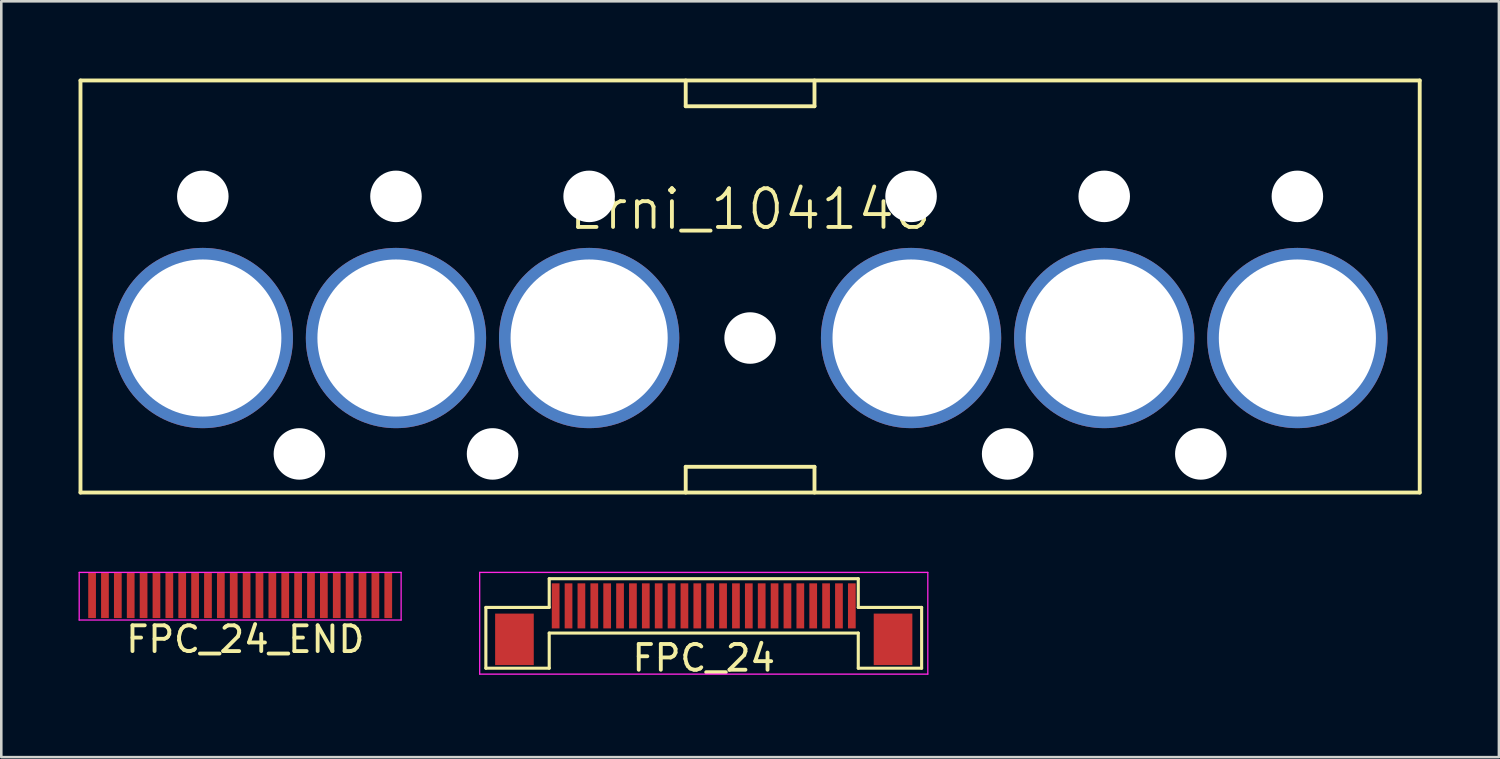
<source format=kicad_pcb>
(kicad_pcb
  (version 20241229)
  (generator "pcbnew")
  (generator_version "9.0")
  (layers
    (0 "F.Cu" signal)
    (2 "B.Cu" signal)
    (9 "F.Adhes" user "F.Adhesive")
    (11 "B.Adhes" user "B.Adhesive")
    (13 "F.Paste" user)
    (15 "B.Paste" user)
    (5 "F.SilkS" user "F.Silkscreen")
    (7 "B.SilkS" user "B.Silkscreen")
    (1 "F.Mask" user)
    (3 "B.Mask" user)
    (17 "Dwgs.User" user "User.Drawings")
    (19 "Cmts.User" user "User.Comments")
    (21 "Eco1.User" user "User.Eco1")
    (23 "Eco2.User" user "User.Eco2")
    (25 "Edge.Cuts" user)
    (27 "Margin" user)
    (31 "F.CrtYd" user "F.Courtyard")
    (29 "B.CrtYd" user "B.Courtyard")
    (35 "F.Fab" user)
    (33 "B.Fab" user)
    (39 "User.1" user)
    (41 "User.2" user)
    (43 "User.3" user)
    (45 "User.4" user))
  (footprint "Erni_104146"
    (layer "F.Cu")
    (at 26.075 8.075)
    (property "Reference" "Erni_104146" (at 0 -3 0) (layer "F.SilkS") (effects (font (size 1.5 1.5) (thickness 0.15))))
    (attr through_hole)
    (fp_line (start -26 -8) (end -26 8) (stroke (width 0.15) (type solid)) (layer "F.SilkS"))
    (fp_line (start -26 8) (end 26 8) (stroke (width 0.15) (type solid)) (layer "F.SilkS"))
    (fp_line (start -2.5 -8) (end -2.5 -7) (stroke (width 0.15) (type solid)) (layer "F.SilkS"))
    (fp_line (start -2.5 -7) (end 2.5 -7) (stroke (width 0.15) (type solid)) (layer "F.SilkS"))
    (fp_line (start -2.5 7) (end 2.5 7) (stroke (width 0.15) (type solid)) (layer "F.SilkS"))
    (fp_line (start -2.5 8) (end -2.5 7) (stroke (width 0.15) (type solid)) (layer "F.SilkS"))
    (fp_line (start 2.5 -7) (end 2.5 -8) (stroke (width 0.15) (type solid)) (layer "F.SilkS"))
    (fp_line (start 2.5 7) (end 2.5 8) (stroke (width 0.15) (type solid)) (layer "F.SilkS"))
    (fp_line (start 26 -8) (end -26 -8) (stroke (width 0.15) (type solid)) (layer "F.SilkS"))
    (fp_line (start 26 8) (end 26 -8) (stroke (width 0.15) (type solid)) (layer "F.SilkS"))
    (pad "" np_thru_hole circle (at -21.25 -3.5) (size 2 2) (drill 2) (layers "*.Cu" "*.Mask"))
    (pad "" np_thru_hole circle (at -17.5 6.5) (size 2 2) (drill 2) (layers "*.Cu" "*.Mask"))
    (pad "" np_thru_hole circle (at -13.75 -3.5) (size 2 2) (drill 2) (layers "*.Cu" "*.Mask"))
    (pad "" np_thru_hole circle (at -10 6.5) (size 2 2) (drill 2) (layers "*.Cu" "*.Mask"))
    (pad "" np_thru_hole circle (at -6.25 -3.5) (size 2 2) (drill 2) (layers "*.Cu" "*.Mask"))
    (pad "" np_thru_hole circle (at 0 2) (size 2 2) (drill 2) (layers "*.Cu" "*.Mask"))
    (pad "" np_thru_hole circle (at 6.25 -3.5) (size 2 2) (drill 2) (layers "*.Cu" "*.Mask"))
    (pad "" np_thru_hole circle (at 10 6.5) (size 2 2) (drill 2) (layers "*.Cu" "*.Mask"))
    (pad "" np_thru_hole circle (at 13.75 -3.5) (size 2 2) (drill 2) (layers "*.Cu" "*.Mask"))
    (pad "" np_thru_hole circle (at 17.5 6.5) (size 2 2) (drill 2) (layers "*.Cu" "*.Mask"))
    (pad "" np_thru_hole circle (at 21.25 -3.5) (size 2 2) (drill 2) (layers "*.Cu" "*.Mask"))
    (pad "A1" thru_hole circle (at 21.25 2) (size 7 7) (drill 6.1) (layers "*.Cu" "*.Mask"))
    (pad "A2" thru_hole circle (at 13.75 2) (size 7 7) (drill 6.1) (layers "*.Cu" "*.Mask"))
    (pad "A3" thru_hole circle (at 6.25 2) (size 7 7) (drill 6.1) (layers "*.Cu" "*.Mask"))
    (pad "A4" thru_hole circle (at -6.25 2) (size 7 7) (drill 6.1) (layers "*.Cu" "*.Mask"))
    (pad "A5" thru_hole circle (at -13.75 2) (size 7 7) (drill 6.1) (layers "*.Cu" "*.Mask"))
    (pad "A6" thru_hole circle (at -21.25 2) (size 7 7) (drill 6.1) (layers "*.Cu" "*.Mask")))
  (footprint "FPC_24"
    (layer "F.Cu")
    (at 24.275 20.475)
    (property "Reference" "FPC_24" (at 0 2.025 0) (layer "F.SilkS") (effects (font (size 1 1) (thickness 0.15))))
    (attr smd)
    (fp_line (start -8.46 0.06) (end -6 0.06) (stroke (width 0.12) (type solid)) (layer "F.SilkS"))
    (fp_line (start -8.46 2.42) (end -8.46 0.06) (stroke (width 0.12) (type solid)) (layer "F.SilkS"))
    (fp_line (start -6 -1.055) (end 6 -1.055) (stroke (width 0.12) (type solid)) (layer "F.SilkS"))
    (fp_line (start -6 0.06) (end -6 -1.055) (stroke (width 0.12) (type solid)) (layer "F.SilkS"))
    (fp_line (start -6 1.055) (end -6 2.42) (stroke (width 0.12) (type solid)) (layer "F.SilkS"))
    (fp_line (start -6 1.055) (end 6 1.055) (stroke (width 0.12) (type solid)) (layer "F.SilkS"))
    (fp_line (start -6 2.42) (end -8.46 2.42) (stroke (width 0.12) (type solid)) (layer "F.SilkS"))
    (fp_line (start 6 0.06) (end 6 -1.055) (stroke (width 0.12) (type solid)) (layer "F.SilkS"))
    (fp_line (start 6 1.055) (end 6 2.42) (stroke (width 0.12) (type solid)) (layer "F.SilkS"))
    (fp_line (start 6 2.42) (end 8.46 2.42) (stroke (width 0.12) (type solid)) (layer "F.SilkS"))
    (fp_line (start 8.46 0.06) (end 6 0.06) (stroke (width 0.12) (type solid)) (layer "F.SilkS"))
    (fp_line (start 8.46 2.42) (end 8.46 0.06) (stroke (width 0.12) (type solid)) (layer "F.SilkS"))
    (fp_line (start -8.7 -1.3) (end -8.7 2.65) (stroke (width 0.05) (type solid)) (layer "F.CrtYd"))
    (fp_line (start -8.7 -1.3) (end 8.7 -1.3) (stroke (width 0.05) (type solid)) (layer "F.CrtYd"))
    (fp_line (start -8.7 2.65) (end 8.7 2.65) (stroke (width 0.05) (type solid)) (layer "F.CrtYd"))
    (fp_line (start 8.7 -1.3) (end 8.7 2.65) (stroke (width 0.05) (type solid)) (layer "F.CrtYd"))
    (pad "0" smd rect (at -7.35 1.3) (size 1.5 2) (layers "F.Cu" "F.Mask" "F.Paste"))
    (pad "0" smd rect (at 7.35 1.3) (size 1.5 2) (layers "F.Cu" "F.Mask" "F.Paste"))
    (pad "1" smd rect (at -5.75 0) (size 0.3 1.75) (layers "F.Cu" "F.Mask" "F.Paste"))
    (pad "2" smd rect (at -5.25 0) (size 0.3 1.75) (layers "F.Cu" "F.Mask" "F.Paste"))
    (pad "3" smd rect (at -4.75 0) (size 0.3 1.75) (layers "F.Cu" "F.Mask" "F.Paste"))
    (pad "4" smd rect (at -4.25 0) (size 0.3 1.75) (layers "F.Cu" "F.Mask" "F.Paste"))
    (pad "5" smd rect (at -3.75 0) (size 0.3 1.75) (layers "F.Cu" "F.Mask" "F.Paste"))
    (pad "6" smd rect (at -3.25 0) (size 0.3 1.75) (layers "F.Cu" "F.Mask" "F.Paste"))
    (pad "7" smd rect (at -2.75 0) (size 0.3 1.75) (layers "F.Cu" "F.Mask" "F.Paste"))
    (pad "8" smd rect (at -2.25 0) (size 0.3 1.75) (layers "F.Cu" "F.Mask" "F.Paste"))
    (pad "9" smd rect (at -1.75 0) (size 0.3 1.75) (layers "F.Cu" "F.Mask" "F.Paste"))
    (pad "10" smd rect (at -1.25 0) (size 0.3 1.75) (layers "F.Cu" "F.Mask" "F.Paste"))
    (pad "11" smd rect (at -0.75 0) (size 0.3 1.75) (layers "F.Cu" "F.Mask" "F.Paste"))
    (pad "12" smd rect (at -0.25 0) (size 0.3 1.75) (layers "F.Cu" "F.Mask" "F.Paste"))
    (pad "13" smd rect (at 0.25 0) (size 0.3 1.75) (layers "F.Cu" "F.Mask" "F.Paste"))
    (pad "14" smd rect (at 0.75 0) (size 0.3 1.75) (layers "F.Cu" "F.Mask" "F.Paste"))
    (pad "15" smd rect (at 1.25 0) (size 0.3 1.75) (layers "F.Cu" "F.Mask" "F.Paste"))
    (pad "16" smd rect (at 1.75 0) (size 0.3 1.75) (layers "F.Cu" "F.Mask" "F.Paste"))
    (pad "17" smd rect (at 2.25 0) (size 0.3 1.75) (layers "F.Cu" "F.Mask" "F.Paste"))
    (pad "18" smd rect (at 2.75 0) (size 0.3 1.75) (layers "F.Cu" "F.Mask" "F.Paste"))
    (pad "19" smd rect (at 3.25 0) (size 0.3 1.75) (layers "F.Cu" "F.Mask" "F.Paste"))
    (pad "20" smd rect (at 3.75 0) (size 0.3 1.75) (layers "F.Cu" "F.Mask" "F.Paste"))
    (pad "21" smd rect (at 4.25 0) (size 0.3 1.75) (layers "F.Cu" "F.Mask" "F.Paste"))
    (pad "22" smd rect (at 4.75 0) (size 0.3 1.75) (layers "F.Cu" "F.Mask" "F.Paste"))
    (pad "23" smd rect (at 5.25 0) (size 0.3 1.75) (layers "F.Cu" "F.Mask" "F.Paste"))
    (pad "24" smd rect (at 5.75 0) (size 0.3 1.75) (layers "F.Cu" "F.Mask" "F.Paste")))
  (footprint "FPC_24_END"
    (layer "F.Cu")
    (at 6.275 20.075)
    (property "Reference" "FPC_24_END" (at 0.2 1.7 0) (layer "F.SilkS") (effects (font (size 1 1) (thickness 0.15))))
    (attr smd)
    (fp_line (start -6.25 -0.9) (end -6.25 0.95) (stroke (width 0.05) (type solid)) (layer "F.CrtYd"))
    (fp_line (start -6.25 -0.9) (end 6.25 -0.9) (stroke (width 0.05) (type solid)) (layer "F.CrtYd"))
    (fp_line (start -6.25 0.95) (end 6.25 0.95) (stroke (width 0.05) (type solid)) (layer "F.CrtYd"))
    (fp_line (start 6.25 -0.9) (end 6.25 0.95) (stroke (width 0.05) (type solid)) (layer "F.CrtYd"))
    (pad "1" smd rect (at -5.75 0) (size 0.3 1.75) (layers "F.Cu" "F.Mask" "F.Paste"))
    (pad "2" smd rect (at -5.25 0) (size 0.3 1.75) (layers "F.Cu" "F.Mask" "F.Paste"))
    (pad "3" smd rect (at -4.75 0) (size 0.3 1.75) (layers "F.Cu" "F.Mask" "F.Paste"))
    (pad "4" smd rect (at -4.25 0) (size 0.3 1.75) (layers "F.Cu" "F.Mask" "F.Paste"))
    (pad "5" smd rect (at -3.75 0) (size 0.3 1.75) (layers "F.Cu" "F.Mask" "F.Paste"))
    (pad "6" smd rect (at -3.25 0) (size 0.3 1.75) (layers "F.Cu" "F.Mask" "F.Paste"))
    (pad "7" smd rect (at -2.75 0) (size 0.3 1.75) (layers "F.Cu" "F.Mask" "F.Paste"))
    (pad "8" smd rect (at -2.25 0) (size 0.3 1.75) (layers "F.Cu" "F.Mask" "F.Paste"))
    (pad "9" smd rect (at -1.75 0) (size 0.3 1.75) (layers "F.Cu" "F.Mask" "F.Paste"))
    (pad "10" smd rect (at -1.25 0) (size 0.3 1.75) (layers "F.Cu" "F.Mask" "F.Paste"))
    (pad "11" smd rect (at -0.75 0) (size 0.3 1.75) (layers "F.Cu" "F.Mask" "F.Paste"))
    (pad "12" smd rect (at -0.25 0) (size 0.3 1.75) (layers "F.Cu" "F.Mask" "F.Paste"))
    (pad "13" smd rect (at 0.25 0) (size 0.3 1.75) (layers "F.Cu" "F.Mask" "F.Paste"))
    (pad "14" smd rect (at 0.75 0) (size 0.3 1.75) (layers "F.Cu" "F.Mask" "F.Paste"))
    (pad "15" smd rect (at 1.25 0) (size 0.3 1.75) (layers "F.Cu" "F.Mask" "F.Paste"))
    (pad "16" smd rect (at 1.75 0) (size 0.3 1.75) (layers "F.Cu" "F.Mask" "F.Paste"))
    (pad "17" smd rect (at 2.25 0) (size 0.3 1.75) (layers "F.Cu" "F.Mask" "F.Paste"))
    (pad "18" smd rect (at 2.75 0) (size 0.3 1.75) (layers "F.Cu" "F.Mask" "F.Paste"))
    (pad "19" smd rect (at 3.25 0) (size 0.3 1.75) (layers "F.Cu" "F.Mask" "F.Paste"))
    (pad "20" smd rect (at 3.75 0) (size 0.3 1.75) (layers "F.Cu" "F.Mask" "F.Paste"))
    (pad "21" smd rect (at 4.25 0) (size 0.3 1.75) (layers "F.Cu" "F.Mask" "F.Paste"))
    (pad "22" smd rect (at 4.75 0) (size 0.3 1.75) (layers "F.Cu" "F.Mask" "F.Paste"))
    (pad "23" smd rect (at 5.25 0) (size 0.3 1.75) (layers "F.Cu" "F.Mask" "F.Paste"))
    (pad "24" smd rect (at 5.75 0) (size 0.3 1.75) (layers "F.Cu" "F.Mask" "F.Paste")))
  (gr_rect
    (start -3 -3)
    (end 55.15 26.348)
    (stroke (width 0.1) (type default))
    (fill no)
    (layer "Edge.Cuts")))
</source>
